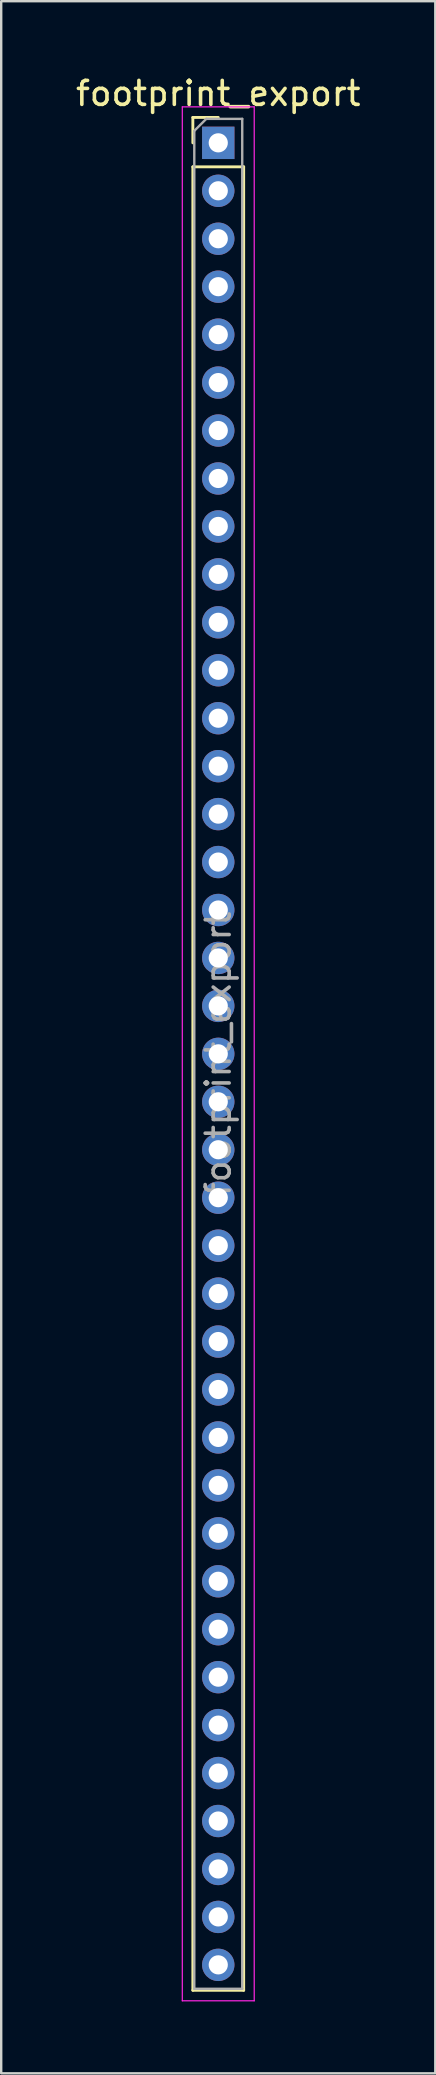
<source format=kicad_pcb>
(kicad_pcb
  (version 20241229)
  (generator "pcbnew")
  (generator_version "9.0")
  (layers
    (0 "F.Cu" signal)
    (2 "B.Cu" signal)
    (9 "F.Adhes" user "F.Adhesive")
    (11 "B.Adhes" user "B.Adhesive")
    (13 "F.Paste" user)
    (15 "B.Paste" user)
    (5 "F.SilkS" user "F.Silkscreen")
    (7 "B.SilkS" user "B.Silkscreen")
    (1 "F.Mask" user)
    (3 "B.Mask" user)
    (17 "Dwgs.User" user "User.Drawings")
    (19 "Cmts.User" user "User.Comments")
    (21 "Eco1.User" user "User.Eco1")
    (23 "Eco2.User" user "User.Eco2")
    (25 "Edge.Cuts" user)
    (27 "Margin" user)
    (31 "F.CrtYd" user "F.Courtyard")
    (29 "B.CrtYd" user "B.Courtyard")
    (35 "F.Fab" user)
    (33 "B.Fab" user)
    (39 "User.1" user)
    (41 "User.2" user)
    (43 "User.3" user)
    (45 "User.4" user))
  (footprint "footprint_export"
    (layer "F.Cu")
    (at 6.054 2.908)
    (property "Reference" "footprint_export" (at 0 -2.06 0) (layer "F.SilkS") (effects (font (size 1 1) (thickness 0.15))))
    (attr through_hole)
    (fp_line (start -1.06 -1.06) (end 0 -1.06) (stroke (width 0.12) (type solid)) (layer "F.SilkS"))
    (fp_line (start -1.06 0) (end -1.06 -1.06) (stroke (width 0.12) (type solid)) (layer "F.SilkS"))
    (fp_line (start -1.06 1) (end -1.06 77.06) (stroke (width 0.12) (type solid)) (layer "F.SilkS"))
    (fp_line (start -1.06 1) (end 1.06 1) (stroke (width 0.12) (type solid)) (layer "F.SilkS"))
    (fp_line (start -1.06 77.06) (end 1.06 77.06) (stroke (width 0.12) (type solid)) (layer "F.SilkS"))
    (fp_line (start 1.06 1) (end 1.06 77.06) (stroke (width 0.12) (type solid)) (layer "F.SilkS"))
    (fp_line (start -1.5 -1.5) (end -1.5 77.5) (stroke (width 0.05) (type solid)) (layer "F.CrtYd"))
    (fp_line (start -1.5 77.5) (end 1.5 77.5) (stroke (width 0.05) (type solid)) (layer "F.CrtYd"))
    (fp_line (start 1.5 -1.5) (end -1.5 -1.5) (stroke (width 0.05) (type solid)) (layer "F.CrtYd"))
    (fp_line (start 1.5 77.5) (end 1.5 -1.5) (stroke (width 0.05) (type solid)) (layer "F.CrtYd"))
    (fp_line (start -1 -0.5) (end -0.5 -1) (stroke (width 0.1) (type solid)) (layer "F.Fab"))
    (fp_line (start -1 77) (end -1 -0.5) (stroke (width 0.1) (type solid)) (layer "F.Fab"))
    (fp_line (start -0.5 -1) (end 1 -1) (stroke (width 0.1) (type solid)) (layer "F.Fab"))
    (fp_line (start 1 -1) (end 1 77) (stroke (width 0.1) (type solid)) (layer "F.Fab"))
    (fp_line (start 1 77) (end -1 77) (stroke (width 0.1) (type solid)) (layer "F.Fab"))
    (fp_text user "${REFERENCE}" (at 0 38 90) (layer "F.Fab") (effects (font (size 1 1) (thickness 0.15))))
    (pad "1" thru_hole rect (at 0 0) (size 1.35 1.35) (drill 0.8) (layers "*.Cu" "*.Mask"))
    (pad "2" thru_hole oval (at 0 2) (size 1.35 1.35) (drill 0.8) (layers "*.Cu" "*.Mask"))
    (pad "3" thru_hole oval (at 0 4) (size 1.35 1.35) (drill 0.8) (layers "*.Cu" "*.Mask"))
    (pad "4" thru_hole oval (at 0 6) (size 1.35 1.35) (drill 0.8) (layers "*.Cu" "*.Mask"))
    (pad "5" thru_hole oval (at 0 8) (size 1.35 1.35) (drill 0.8) (layers "*.Cu" "*.Mask"))
    (pad "6" thru_hole oval (at 0 10) (size 1.35 1.35) (drill 0.8) (layers "*.Cu" "*.Mask"))
    (pad "7" thru_hole oval (at 0 12) (size 1.35 1.35) (drill 0.8) (layers "*.Cu" "*.Mask"))
    (pad "8" thru_hole oval (at 0 14) (size 1.35 1.35) (drill 0.8) (layers "*.Cu" "*.Mask"))
    (pad "9" thru_hole oval (at 0 16) (size 1.35 1.35) (drill 0.8) (layers "*.Cu" "*.Mask"))
    (pad "10" thru_hole oval (at 0 18) (size 1.35 1.35) (drill 0.8) (layers "*.Cu" "*.Mask"))
    (pad "11" thru_hole oval (at 0 20) (size 1.35 1.35) (drill 0.8) (layers "*.Cu" "*.Mask"))
    (pad "12" thru_hole oval (at 0 22) (size 1.35 1.35) (drill 0.8) (layers "*.Cu" "*.Mask"))
    (pad "13" thru_hole oval (at 0 24) (size 1.35 1.35) (drill 0.8) (layers "*.Cu" "*.Mask"))
    (pad "14" thru_hole oval (at 0 26) (size 1.35 1.35) (drill 0.8) (layers "*.Cu" "*.Mask"))
    (pad "15" thru_hole oval (at 0 28) (size 1.35 1.35) (drill 0.8) (layers "*.Cu" "*.Mask"))
    (pad "16" thru_hole oval (at 0 30) (size 1.35 1.35) (drill 0.8) (layers "*.Cu" "*.Mask"))
    (pad "17" thru_hole oval (at 0 32) (size 1.35 1.35) (drill 0.8) (layers "*.Cu" "*.Mask"))
    (pad "18" thru_hole oval (at 0 34) (size 1.35 1.35) (drill 0.8) (layers "*.Cu" "*.Mask"))
    (pad "19" thru_hole oval (at 0 36) (size 1.35 1.35) (drill 0.8) (layers "*.Cu" "*.Mask"))
    (pad "20" thru_hole oval (at 0 38) (size 1.35 1.35) (drill 0.8) (layers "*.Cu" "*.Mask"))
    (pad "21" thru_hole oval (at 0 40) (size 1.35 1.35) (drill 0.8) (layers "*.Cu" "*.Mask"))
    (pad "22" thru_hole oval (at 0 42) (size 1.35 1.35) (drill 0.8) (layers "*.Cu" "*.Mask"))
    (pad "23" thru_hole oval (at 0 44) (size 1.35 1.35) (drill 0.8) (layers "*.Cu" "*.Mask"))
    (pad "24" thru_hole oval (at 0 46) (size 1.35 1.35) (drill 0.8) (layers "*.Cu" "*.Mask"))
    (pad "25" thru_hole oval (at 0 48) (size 1.35 1.35) (drill 0.8) (layers "*.Cu" "*.Mask"))
    (pad "26" thru_hole oval (at 0 50) (size 1.35 1.35) (drill 0.8) (layers "*.Cu" "*.Mask"))
    (pad "27" thru_hole oval (at 0 52) (size 1.35 1.35) (drill 0.8) (layers "*.Cu" "*.Mask"))
    (pad "28" thru_hole oval (at 0 54) (size 1.35 1.35) (drill 0.8) (layers "*.Cu" "*.Mask"))
    (pad "29" thru_hole oval (at 0 56) (size 1.35 1.35) (drill 0.8) (layers "*.Cu" "*.Mask"))
    (pad "30" thru_hole oval (at 0 58) (size 1.35 1.35) (drill 0.8) (layers "*.Cu" "*.Mask"))
    (pad "31" thru_hole oval (at 0 60) (size 1.35 1.35) (drill 0.8) (layers "*.Cu" "*.Mask"))
    (pad "32" thru_hole oval (at 0 62) (size 1.35 1.35) (drill 0.8) (layers "*.Cu" "*.Mask"))
    (pad "33" thru_hole oval (at 0 64) (size 1.35 1.35) (drill 0.8) (layers "*.Cu" "*.Mask"))
    (pad "34" thru_hole oval (at 0 66) (size 1.35 1.35) (drill 0.8) (layers "*.Cu" "*.Mask"))
    (pad "35" thru_hole oval (at 0 68) (size 1.35 1.35) (drill 0.8) (layers "*.Cu" "*.Mask"))
    (pad "36" thru_hole oval (at 0 70) (size 1.35 1.35) (drill 0.8) (layers "*.Cu" "*.Mask"))
    (pad "37" thru_hole oval (at 0 72) (size 1.35 1.35) (drill 0.8) (layers "*.Cu" "*.Mask"))
    (pad "38" thru_hole oval (at 0 74) (size 1.35 1.35) (drill 0.8) (layers "*.Cu" "*.Mask"))
    (pad "39" thru_hole oval (at 0 76) (size 1.35 1.35) (drill 0.8) (layers "*.Cu" "*.Mask")))
  (gr_rect
    (start -3 -3)
    (end 15.107 83.433)
    (stroke (width 0.1) (type default))
    (fill no)
    (layer "Edge.Cuts")))
</source>
